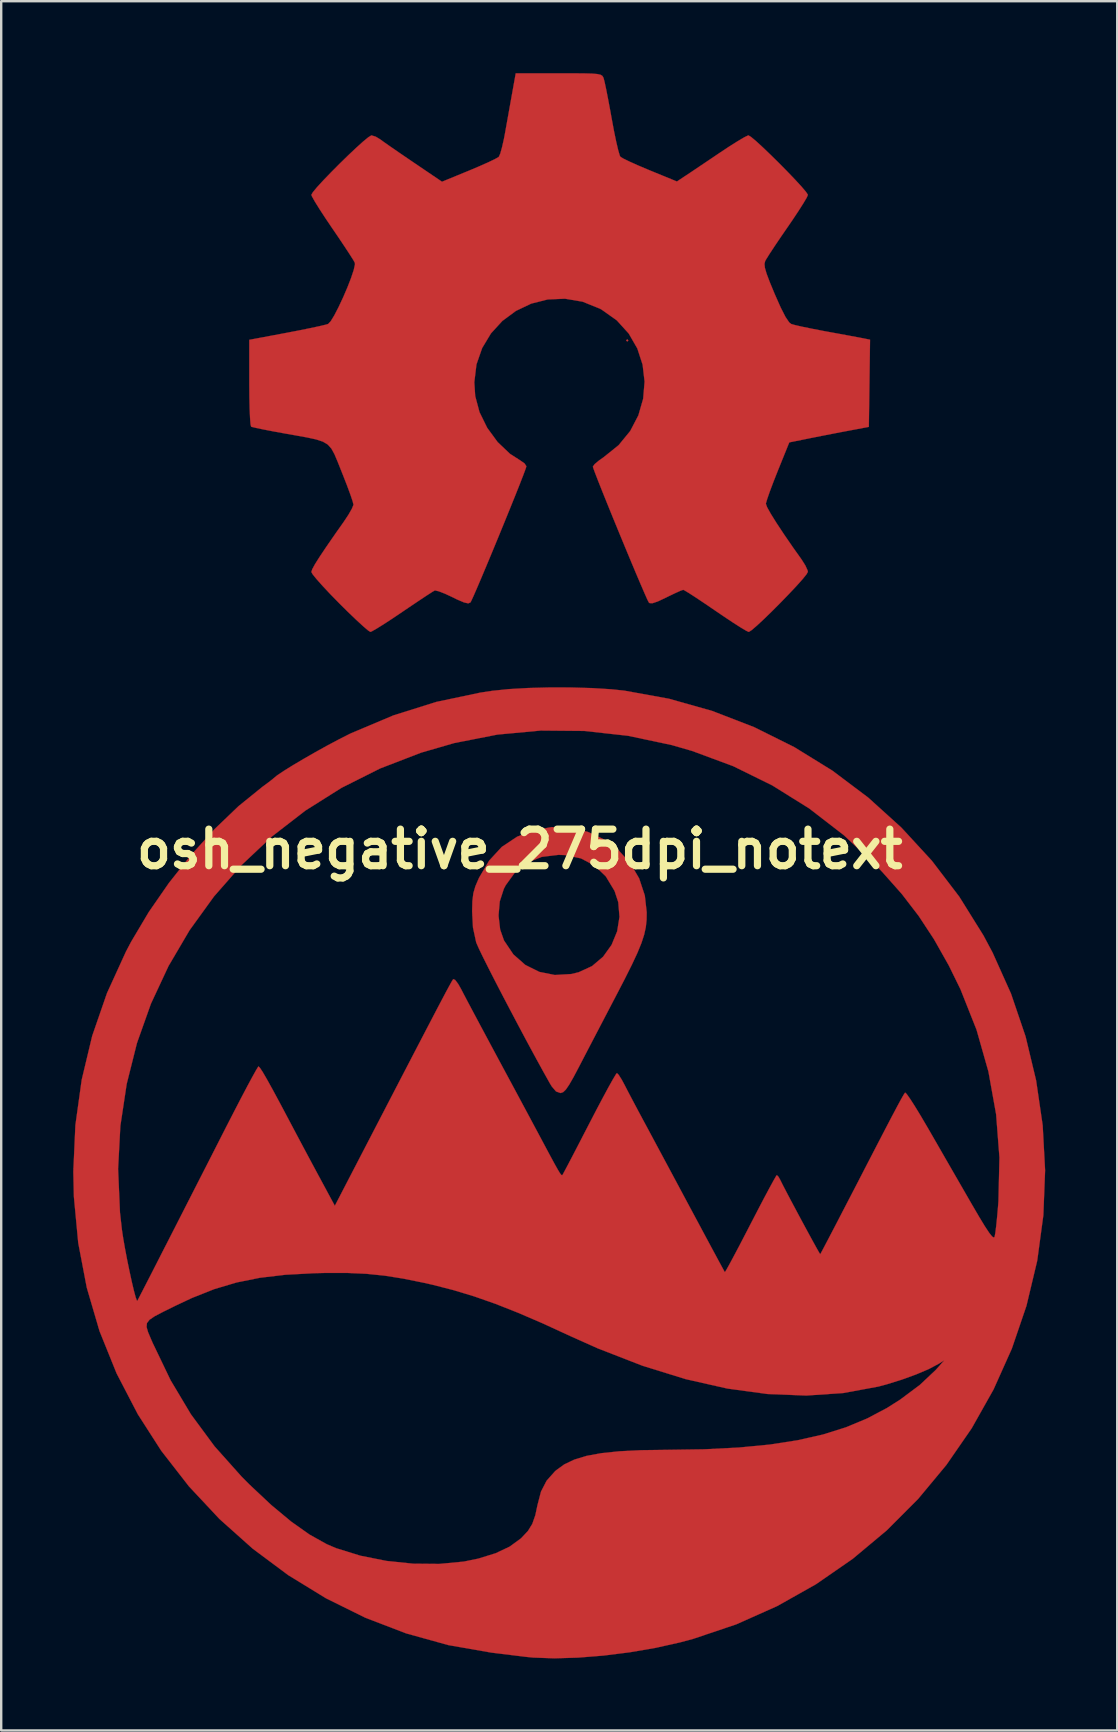
<source format=kicad_pcb>
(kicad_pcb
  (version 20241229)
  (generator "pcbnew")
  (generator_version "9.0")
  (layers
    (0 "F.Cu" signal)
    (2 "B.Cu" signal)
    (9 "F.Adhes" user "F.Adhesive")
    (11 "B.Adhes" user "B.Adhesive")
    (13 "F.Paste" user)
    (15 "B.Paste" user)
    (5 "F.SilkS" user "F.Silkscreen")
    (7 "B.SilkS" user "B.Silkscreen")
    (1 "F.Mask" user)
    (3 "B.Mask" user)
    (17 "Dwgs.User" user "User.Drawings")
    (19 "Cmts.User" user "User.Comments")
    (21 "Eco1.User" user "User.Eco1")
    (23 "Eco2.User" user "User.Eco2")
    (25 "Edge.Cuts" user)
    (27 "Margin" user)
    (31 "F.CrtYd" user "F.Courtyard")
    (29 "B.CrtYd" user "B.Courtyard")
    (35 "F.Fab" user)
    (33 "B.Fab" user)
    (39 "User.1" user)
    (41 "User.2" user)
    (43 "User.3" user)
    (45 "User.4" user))
  (footprint "osh_negative_275dpi_notext"
    (layer "F.Cu")
    (at 18.605 32.332)
    (property "Reference" "osh_negative_275dpi_notext" (at 0 0 0) (layer "F.SilkS") (effects (font (size 1.524 1.524) (thickness 0.3))))
    (attr through_hole)
    (fp_poly (pts (xy 4.526 -21.197) (xy 4.48 -21.151) (xy 4.433 -21.197) (xy 4.48 -21.244) (xy 4.526 -21.197)) (stroke (width 0.01) (type solid)) (fill yes) (layer "F.Cu"))
    (fp_poly (pts (xy 2.105 -0.896) (xy 2.836 -0.72) (xy 3.508 -0.407) (xy 4.103 0.03) (xy 4.598 0.575) (xy 4.975 1.214) (xy 5.213 1.933) (xy 5.291 2.632) (xy 5.286 2.948) (xy 5.254 3.249) (xy 5.186 3.56) (xy 5.073 3.908) (xy 4.906 4.316) (xy 4.675 4.811) (xy 4.371 5.418) (xy 4.019 6.096) (xy 3.696 6.714) (xy 3.358 7.362) (xy 3.029 7.992) (xy 2.735 8.556) (xy 2.501 9.007) (xy 2.49 9.029) (xy 2.245 9.493) (xy 2.061 9.814) (xy 1.923 10.016) (xy 1.812 10.123) (xy 1.713 10.159) (xy 1.695 10.16) (xy 1.514 10.096) (xy 1.334 9.885) (xy 1.262 9.767) (xy 0.983 9.269) (xy 0.667 8.693) (xy 0.326 8.063) (xy -0.026 7.403) (xy -0.379 6.735) (xy -0.72 6.085) (xy -1.036 5.474) (xy -1.315 4.927) (xy -1.545 4.467) (xy -1.713 4.117) (xy -1.807 3.902) (xy -1.815 3.879) (xy -1.947 3.268) (xy -1.974 2.767) (xy -0.883 2.767) (xy -0.815 3.349) (xy -0.655 3.805) (xy -0.264 4.386) (xy 0.235 4.825) (xy 0.818 5.114) (xy 1.463 5.243) (xy 2.149 5.203) (xy 2.458 5.128) (xy 3.012 4.873) (xy 3.473 4.483) (xy 3.827 3.989) (xy 4.06 3.424) (xy 4.157 2.82) (xy 4.106 2.208) (xy 3.951 1.738) (xy 3.586 1.134) (xy 3.117 0.682) (xy 2.551 0.384) (xy 1.893 0.247) (xy 1.616 0.237) (xy 0.914 0.322) (xy 0.313 0.561) (xy -0.186 0.954) (xy -0.583 1.502) (xy -0.662 1.653) (xy -0.832 2.178) (xy -0.883 2.767) (xy -1.974 2.767) (xy -1.983 2.586) (xy -1.972 2.157) (xy -1.932 1.835) (xy -1.847 1.543) (xy -1.7 1.204) (xy -1.697 1.196) (xy -1.272 0.475) (xy -0.746 -0.095) (xy -0.109 -0.519) (xy 0.548 -0.777) (xy 1.335 -0.92) (xy 2.105 -0.896)) (stroke (width 0.01) (type solid)) (fill yes) (layer "F.Cu"))
    (fp_poly (pts (xy 2.245 -32.327) (xy 2.703 -32.323) (xy 3.026 -32.314) (xy 3.24 -32.296) (xy 3.37 -32.266) (xy 3.442 -32.223) (xy 3.48 -32.162) (xy 3.497 -32.119) (xy 3.538 -31.96) (xy 3.603 -31.655) (xy 3.684 -31.24) (xy 3.776 -30.751) (xy 3.833 -30.434) (xy 3.927 -29.928) (xy 4.019 -29.483) (xy 4.101 -29.133) (xy 4.166 -28.91) (xy 4.194 -28.85) (xy 4.314 -28.777) (xy 4.57 -28.652) (xy 4.926 -28.492) (xy 5.348 -28.313) (xy 5.423 -28.282) (xy 6.55 -27.82) (xy 6.92 -28.065) (xy 7.137 -28.209) (xy 7.464 -28.429) (xy 7.861 -28.696) (xy 8.285 -28.982) (xy 8.349 -29.025) (xy 8.743 -29.286) (xy 9.09 -29.504) (xy 9.356 -29.661) (xy 9.512 -29.737) (xy 9.531 -29.741) (xy 9.637 -29.678) (xy 9.844 -29.505) (xy 10.124 -29.248) (xy 10.453 -28.933) (xy 10.805 -28.586) (xy 11.154 -28.232) (xy 11.474 -27.898) (xy 11.74 -27.609) (xy 11.926 -27.39) (xy 12.006 -27.268) (xy 12.007 -27.26) (xy 11.957 -27.145) (xy 11.817 -26.909) (xy 11.607 -26.579) (xy 11.344 -26.184) (xy 11.164 -25.922) (xy 10.869 -25.493) (xy 10.606 -25.103) (xy 10.397 -24.784) (xy 10.262 -24.567) (xy 10.226 -24.501) (xy 10.199 -24.386) (xy 10.216 -24.222) (xy 10.286 -23.981) (xy 10.417 -23.632) (xy 10.618 -23.147) (xy 10.626 -23.128) (xy 10.875 -22.566) (xy 11.075 -22.175) (xy 11.23 -21.947) (xy 11.309 -21.883) (xy 11.467 -21.838) (xy 11.767 -21.769) (xy 12.171 -21.686) (xy 12.641 -21.595) (xy 12.792 -21.567) (xy 13.281 -21.478) (xy 13.724 -21.396) (xy 14.079 -21.33) (xy 14.306 -21.287) (xy 14.341 -21.28) (xy 14.597 -21.228) (xy 14.547 -17.595) (xy 13.67 -17.43) (xy 13.164 -17.334) (xy 12.61 -17.226) (xy 12.11 -17.127) (xy 12.012 -17.107) (xy 11.232 -16.949) (xy 10.746 -15.748) (xy 10.57 -15.301) (xy 10.421 -14.905) (xy 10.314 -14.598) (xy 10.26 -14.414) (xy 10.257 -14.389) (xy 10.308 -14.248) (xy 10.459 -13.977) (xy 10.696 -13.596) (xy 11.009 -13.123) (xy 11.384 -12.577) (xy 11.749 -12.063) (xy 11.903 -11.818) (xy 11.995 -11.615) (xy 12.007 -11.553) (xy 11.944 -11.445) (xy 11.773 -11.235) (xy 11.518 -10.951) (xy 11.205 -10.619) (xy 10.86 -10.263) (xy 10.509 -9.911) (xy 10.177 -9.588) (xy 9.889 -9.32) (xy 9.672 -9.133) (xy 9.55 -9.053) (xy 9.542 -9.052) (xy 9.433 -9.102) (xy 9.201 -9.241) (xy 8.873 -9.451) (xy 8.476 -9.715) (xy 8.162 -9.929) (xy 7.735 -10.22) (xy 7.36 -10.471) (xy 7.064 -10.663) (xy 6.872 -10.779) (xy 6.814 -10.807) (xy 6.7 -10.768) (xy 6.469 -10.664) (xy 6.165 -10.518) (xy 6.102 -10.486) (xy 5.754 -10.322) (xy 5.532 -10.247) (xy 5.409 -10.254) (xy 5.38 -10.279) (xy 5.322 -10.392) (xy 5.207 -10.65) (xy 5.044 -11.027) (xy 4.843 -11.499) (xy 4.616 -12.041) (xy 4.372 -12.628) (xy 4.122 -13.234) (xy 3.875 -13.836) (xy 3.643 -14.407) (xy 3.435 -14.923) (xy 3.262 -15.36) (xy 3.134 -15.691) (xy 3.061 -15.892) (xy 3.048 -15.94) (xy 3.12 -16.041) (xy 3.306 -16.197) (xy 3.498 -16.332) (xy 4.122 -16.834) (xy 4.604 -17.423) (xy 4.944 -18.075) (xy 5.144 -18.769) (xy 5.203 -19.48) (xy 5.121 -20.185) (xy 4.901 -20.861) (xy 4.542 -21.485) (xy 4.045 -22.033) (xy 3.41 -22.483) (xy 3.345 -22.519) (xy 2.618 -22.812) (xy 1.886 -22.936) (xy 1.166 -22.905) (xy 0.478 -22.731) (xy -0.158 -22.428) (xy -0.723 -22.01) (xy -1.198 -21.491) (xy -1.564 -20.882) (xy -1.802 -20.199) (xy -1.892 -19.453) (xy -1.855 -18.881) (xy -1.676 -18.21) (xy -1.355 -17.556) (xy -0.92 -16.962) (xy -0.405 -16.472) (xy 0.017 -16.201) (xy 0.199 -16.075) (xy 0.278 -15.956) (xy 0.278 -15.953) (xy 0.244 -15.842) (xy 0.148 -15.585) (xy 0.002 -15.209) (xy -0.186 -14.737) (xy -0.405 -14.194) (xy -0.644 -13.607) (xy -0.893 -12.999) (xy -1.142 -12.396) (xy -1.381 -11.823) (xy -1.599 -11.305) (xy -1.786 -10.866) (xy -1.932 -10.532) (xy -2.027 -10.328) (xy -2.054 -10.279) (xy -2.145 -10.241) (xy -2.322 -10.281) (xy -2.614 -10.406) (xy -2.789 -10.493) (xy -3.109 -10.642) (xy -3.37 -10.744) (xy -3.527 -10.78) (xy -3.543 -10.777) (xy -3.652 -10.713) (xy -3.885 -10.563) (xy -4.213 -10.345) (xy -4.609 -10.079) (xy -4.882 -9.894) (xy -5.305 -9.609) (xy -5.679 -9.365) (xy -5.976 -9.181) (xy -6.168 -9.073) (xy -6.222 -9.052) (xy -6.319 -9.114) (xy -6.522 -9.288) (xy -6.809 -9.552) (xy -7.157 -9.885) (xy -7.506 -10.231) (xy -7.884 -10.617) (xy -8.211 -10.966) (xy -8.467 -11.254) (xy -8.631 -11.458) (xy -8.682 -11.55) (xy -8.645 -11.664) (xy -8.531 -11.874) (xy -8.33 -12.192) (xy -8.038 -12.628) (xy -7.646 -13.194) (xy -7.331 -13.64) (xy -7.136 -13.935) (xy -6.992 -14.187) (xy -6.928 -14.346) (xy -6.927 -14.358) (xy -6.961 -14.494) (xy -7.052 -14.765) (xy -7.188 -15.135) (xy -7.357 -15.569) (xy -7.411 -15.704) (xy -7.581 -16.131) (xy -7.717 -16.453) (xy -7.846 -16.689) (xy -7.998 -16.859) (xy -8.201 -16.98) (xy -8.482 -17.073) (xy -8.87 -17.157) (xy -9.393 -17.251) (xy -9.784 -17.32) (xy -10.261 -17.407) (xy -10.673 -17.487) (xy -10.985 -17.552) (xy -11.165 -17.595) (xy -11.192 -17.605) (xy -11.216 -17.708) (xy -11.236 -17.966) (xy -11.253 -18.351) (xy -11.264 -18.833) (xy -11.268 -19.384) (xy -11.268 -19.438) (xy -11.268 -21.223) (xy -9.721 -21.513) (xy -9.196 -21.614) (xy -8.725 -21.71) (xy -8.34 -21.792) (xy -8.078 -21.855) (xy -7.984 -21.883) (xy -7.875 -21.997) (xy -7.723 -22.247) (xy -7.545 -22.591) (xy -7.358 -22.991) (xy -7.179 -23.408) (xy -7.026 -23.802) (xy -6.916 -24.134) (xy -6.865 -24.364) (xy -6.87 -24.433) (xy -6.939 -24.557) (xy -7.096 -24.804) (xy -7.32 -25.145) (xy -7.593 -25.552) (xy -7.805 -25.862) (xy -8.097 -26.294) (xy -8.347 -26.679) (xy -8.539 -26.988) (xy -8.655 -27.195) (xy -8.682 -27.264) (xy -8.618 -27.374) (xy -8.444 -27.584) (xy -8.185 -27.866) (xy -7.867 -28.196) (xy -7.517 -28.548) (xy -7.16 -28.897) (xy -6.822 -29.216) (xy -6.53 -29.48) (xy -6.308 -29.663) (xy -6.183 -29.74) (xy -6.176 -29.741) (xy -5.999 -29.688) (xy -5.808 -29.572) (xy -5.656 -29.461) (xy -5.383 -29.27) (xy -5.023 -29.022) (xy -4.61 -28.74) (xy -4.413 -28.606) (xy -3.238 -27.81) (xy -2.104 -28.276) (xy -1.674 -28.458) (xy -1.303 -28.623) (xy -1.027 -28.756) (xy -0.88 -28.84) (xy -0.87 -28.849) (xy -0.81 -28.983) (xy -0.735 -29.253) (xy -0.655 -29.609) (xy -0.621 -29.787) (xy -0.53 -30.294) (xy -0.427 -30.87) (xy -0.332 -31.402) (xy -0.319 -31.473) (xy -0.166 -32.327) (xy 1.628 -32.327) (xy 2.245 -32.327)) (stroke (width 0.01) (type solid)) (fill yes) (layer "F.Cu"))
    (fp_poly (pts (xy 2.146 -6.736) (xy 3.023 -6.711) (xy 3.818 -6.662) (xy 4.359 -6.605) (xy 6.217 -6.268) (xy 8.023 -5.758) (xy 9.767 -5.084) (xy 11.438 -4.253) (xy 13.026 -3.273) (xy 14.518 -2.151) (xy 15.905 -0.896) (xy 17.175 0.485) (xy 18.317 1.983) (xy 19.32 3.592) (xy 19.702 4.308) (xy 20.471 6.021) (xy 21.077 7.804) (xy 21.517 9.638) (xy 21.79 11.504) (xy 21.891 13.382) (xy 21.818 15.255) (xy 21.569 17.103) (xy 21.555 17.18) (xy 21.114 19.027) (xy 20.507 20.807) (xy 19.743 22.512) (xy 18.831 24.132) (xy 17.778 25.657) (xy 16.595 27.079) (xy 15.289 28.387) (xy 13.871 29.572) (xy 12.347 30.626) (xy 10.728 31.538) (xy 9.021 32.3) (xy 7.236 32.901) (xy 6.696 33.047) (xy 5.666 33.278) (xy 4.584 33.464) (xy 3.491 33.601) (xy 2.429 33.686) (xy 1.439 33.715) (xy 0.562 33.684) (xy 0.231 33.651) (xy 0.032 33.626) (xy -0.303 33.585) (xy -0.727 33.533) (xy -1.184 33.477) (xy -2.975 33.164) (xy -4.729 32.677) (xy -6.433 32.024) (xy -8.075 31.212) (xy -9.644 30.25) (xy -11.126 29.146) (xy -12.51 27.91) (xy -13.784 26.548) (xy -14.934 25.069) (xy -15.913 23.544) (xy -16.798 21.84) (xy -17.507 20.084) (xy -17.557 19.913) (xy -15.548 19.913) (xy -15.485 20.126) (xy -15.362 20.417) (xy -15.294 20.573) (xy -14.549 22.125) (xy -13.699 23.549) (xy -12.718 24.879) (xy -11.584 26.15) (xy -11.254 26.481) (xy -10.352 27.328) (xy -9.523 28.018) (xy -8.759 28.558) (xy -8.048 28.956) (xy -7.648 29.127) (xy -6.635 29.441) (xy -5.551 29.657) (xy -4.441 29.772) (xy -3.353 29.782) (xy -2.333 29.685) (xy -1.727 29.561) (xy -0.996 29.334) (xy -0.416 29.059) (xy 0.043 28.724) (xy 0.077 28.692) (xy 0.342 28.409) (xy 0.523 28.115) (xy 0.651 27.751) (xy 0.739 27.336) (xy 0.887 26.767) (xy 1.119 26.317) (xy 1.465 25.927) (xy 1.52 25.878) (xy 1.859 25.633) (xy 2.275 25.435) (xy 2.785 25.28) (xy 3.407 25.166) (xy 4.159 25.088) (xy 5.059 25.043) (xy 6.094 25.029) (xy 7.691 25.005) (xy 9.126 24.933) (xy 10.416 24.809) (xy 11.579 24.629) (xy 12.632 24.391) (xy 13.593 24.089) (xy 14.478 23.72) (xy 15.306 23.282) (xy 15.852 22.936) (xy 16.671 22.324) (xy 17.333 21.701) (xy 17.457 21.563) (xy 17.688 21.299) (xy 17.452 21.446) (xy 17.053 21.658) (xy 16.523 21.884) (xy 15.915 22.105) (xy 15.281 22.302) (xy 14.944 22.392) (xy 13.479 22.662) (xy 11.94 22.766) (xy 10.33 22.703) (xy 8.653 22.475) (xy 6.911 22.081) (xy 5.109 21.522) (xy 3.249 20.799) (xy 2.124 20.295) (xy 0.965 19.762) (xy -0.071 19.316) (xy -1.015 18.943) (xy -1.9 18.633) (xy -2.759 18.373) (xy -3.625 18.151) (xy -3.972 18.072) (xy -4.839 17.896) (xy -5.625 17.771) (xy -6.39 17.693) (xy -7.191 17.657) (xy -8.088 17.657) (xy -8.571 17.669) (xy -9.764 17.733) (xy -10.823 17.858) (xy -11.796 18.054) (xy -12.727 18.331) (xy -13.662 18.702) (xy -14.363 19.032) (xy -14.856 19.276) (xy -15.204 19.458) (xy -15.424 19.607) (xy -15.533 19.749) (xy -15.548 19.913) (xy -17.557 19.913) (xy -18.039 18.273) (xy -18.395 16.407) (xy -18.576 14.485) (xy -18.6 13.439) (xy -18.595 13.321) (xy -16.735 13.321) (xy -16.656 15.139) (xy -16.576 15.853) (xy -16.52 16.221) (xy -16.444 16.657) (xy -16.355 17.125) (xy -16.258 17.593) (xy -16.163 18.029) (xy -16.075 18.4) (xy -16.002 18.672) (xy -15.95 18.812) (xy -15.935 18.822) (xy -15.889 18.736) (xy -15.77 18.507) (xy -15.589 18.155) (xy -15.356 17.701) (xy -15.083 17.166) (xy -14.779 16.57) (xy -14.712 16.441) (xy -14.328 15.688) (xy -13.888 14.825) (xy -13.42 13.907) (xy -12.951 12.989) (xy -12.511 12.125) (xy -12.228 11.569) (xy -11.907 10.944) (xy -11.612 10.375) (xy -11.353 9.883) (xy -11.14 9.487) (xy -10.985 9.209) (xy -10.898 9.066) (xy -10.884 9.052) (xy -10.825 9.11) (xy -10.707 9.289) (xy -10.527 9.599) (xy -10.279 10.047) (xy -9.958 10.643) (xy -9.559 11.396) (xy -9.553 11.407) (xy -9.298 11.889) (xy -8.992 12.464) (xy -8.673 13.061) (xy -8.378 13.61) (xy -8.361 13.641) (xy -7.704 14.86) (xy -6.402 12.348) (xy -5.761 11.112) (xy -5.2 10.03) (xy -4.713 9.092) (xy -4.295 8.288) (xy -3.941 7.608) (xy -3.646 7.042) (xy -3.404 6.579) (xy -3.21 6.211) (xy -3.059 5.926) (xy -2.945 5.716) (xy -2.864 5.569) (xy -2.81 5.475) (xy -2.778 5.426) (xy -2.769 5.415) (xy -2.692 5.447) (xy -2.567 5.61) (xy -2.442 5.831) (xy -2.334 6.039) (xy -2.152 6.385) (xy -1.909 6.842) (xy -1.62 7.384) (xy -1.297 7.987) (xy -0.955 8.625) (xy -0.875 8.775) (xy -0.511 9.451) (xy -0.146 10.13) (xy 0.202 10.779) (xy 0.516 11.365) (xy 0.778 11.855) (xy 0.972 12.218) (xy 0.983 12.239) (xy 1.255 12.748) (xy 1.453 13.114) (xy 1.591 13.36) (xy 1.681 13.507) (xy 1.735 13.575) (xy 1.768 13.586) (xy 1.78 13.577) (xy 1.831 13.485) (xy 1.955 13.252) (xy 2.14 12.9) (xy 2.374 12.45) (xy 2.645 11.925) (xy 2.901 11.43) (xy 3.196 10.861) (xy 3.466 10.351) (xy 3.698 9.921) (xy 3.882 9.593) (xy 4.003 9.389) (xy 4.05 9.329) (xy 4.125 9.404) (xy 4.249 9.601) (xy 4.364 9.814) (xy 4.51 10.097) (xy 4.715 10.486) (xy 4.948 10.925) (xy 5.132 11.268) (xy 5.308 11.595) (xy 5.555 12.056) (xy 5.858 12.621) (xy 6.201 13.26) (xy 6.568 13.945) (xy 6.943 14.646) (xy 7.088 14.917) (xy 7.433 15.56) (xy 7.749 16.15) (xy 8.027 16.667) (xy 8.256 17.092) (xy 8.425 17.405) (xy 8.525 17.586) (xy 8.547 17.625) (xy 8.594 17.555) (xy 8.714 17.342) (xy 8.894 17.008) (xy 9.124 16.574) (xy 9.39 16.063) (xy 9.62 15.618) (xy 9.91 15.058) (xy 10.172 14.557) (xy 10.396 14.137) (xy 10.569 13.82) (xy 10.679 13.628) (xy 10.714 13.58) (xy 10.784 13.652) (xy 10.858 13.786) (xy 10.953 13.977) (xy 11.107 14.274) (xy 11.304 14.648) (xy 11.528 15.068) (xy 11.761 15.504) (xy 11.99 15.927) (xy 12.196 16.305) (xy 12.364 16.61) (xy 12.478 16.811) (xy 12.521 16.878) (xy 12.572 16.787) (xy 12.698 16.549) (xy 12.891 16.181) (xy 13.141 15.702) (xy 13.439 15.127) (xy 13.777 14.475) (xy 14.146 13.763) (xy 14.408 13.254) (xy 14.85 12.4) (xy 15.213 11.7) (xy 15.504 11.143) (xy 15.728 10.72) (xy 15.891 10.419) (xy 15.999 10.231) (xy 16.056 10.144) (xy 16.058 10.141) (xy 16.12 10.197) (xy 16.258 10.39) (xy 16.456 10.698) (xy 16.7 11.097) (xy 16.975 11.565) (xy 17.007 11.619) (xy 17.367 12.244) (xy 17.779 12.961) (xy 18.205 13.7) (xy 18.605 14.394) (xy 18.807 14.745) (xy 19.133 15.304) (xy 19.381 15.713) (xy 19.562 15.987) (xy 19.684 16.139) (xy 19.757 16.183) (xy 19.785 16.156) (xy 19.815 16.005) (xy 19.853 15.708) (xy 19.894 15.304) (xy 19.935 14.831) (xy 19.947 14.666) (xy 19.989 12.85) (xy 19.85 11.047) (xy 19.53 9.268) (xy 19.035 7.527) (xy 18.365 5.837) (xy 17.88 4.849) (xy 17.263 3.756) (xy 16.624 2.783) (xy 15.921 1.868) (xy 15.107 0.95) (xy 14.873 0.705) (xy 13.514 -0.575) (xy 12.061 -1.697) (xy 10.519 -2.659) (xy 8.893 -3.459) (xy 7.186 -4.092) (xy 6.327 -4.34) (xy 4.508 -4.725) (xy 2.69 -4.926) (xy 0.877 -4.942) (xy -0.93 -4.774) (xy -2.725 -4.422) (xy -4.11 -4.021) (xy -5.819 -3.362) (xy -7.428 -2.554) (xy -8.931 -1.607) (xy -10.322 -0.531) (xy -11.593 0.665) (xy -12.739 1.97) (xy -13.754 3.374) (xy -14.632 4.867) (xy -15.366 6.439) (xy -15.949 8.081) (xy -16.376 9.782) (xy -16.64 11.532) (xy -16.735 13.321) (xy -18.595 13.321) (xy -18.513 11.496) (xy -18.251 9.611) (xy -17.813 7.779) (xy -17.197 5.998) (xy -16.404 4.262) (xy -16.192 3.86) (xy -15.457 2.622) (xy -14.615 1.406) (xy -13.693 0.244) (xy -12.718 -0.832) (xy -11.717 -1.791) (xy -10.718 -2.6) (xy -10.677 -2.629) (xy -10.451 -2.797) (xy -10.292 -2.921) (xy -10.252 -2.957) (xy -10.108 -3.075) (xy -9.831 -3.26) (xy -9.452 -3.496) (xy -9.002 -3.763) (xy -8.511 -4.044) (xy -8.01 -4.322) (xy -7.53 -4.577) (xy -7.102 -4.794) (xy -7.017 -4.834) (xy -5.263 -5.574) (xy -3.477 -6.135) (xy -1.639 -6.523) (xy -1.128 -6.6) (xy -0.451 -6.669) (xy 0.355 -6.715) (xy 1.239 -6.738) (xy 2.146 -6.736)) (stroke (width 0.01) (type solid)) (fill yes) (layer "F.Cu")))
  (gr_rect
    (start -3 -3)
    (end 43.501 69.052)
    (stroke (width 0.1) (type default))
    (fill no)
    (layer "Edge.Cuts")))
</source>
